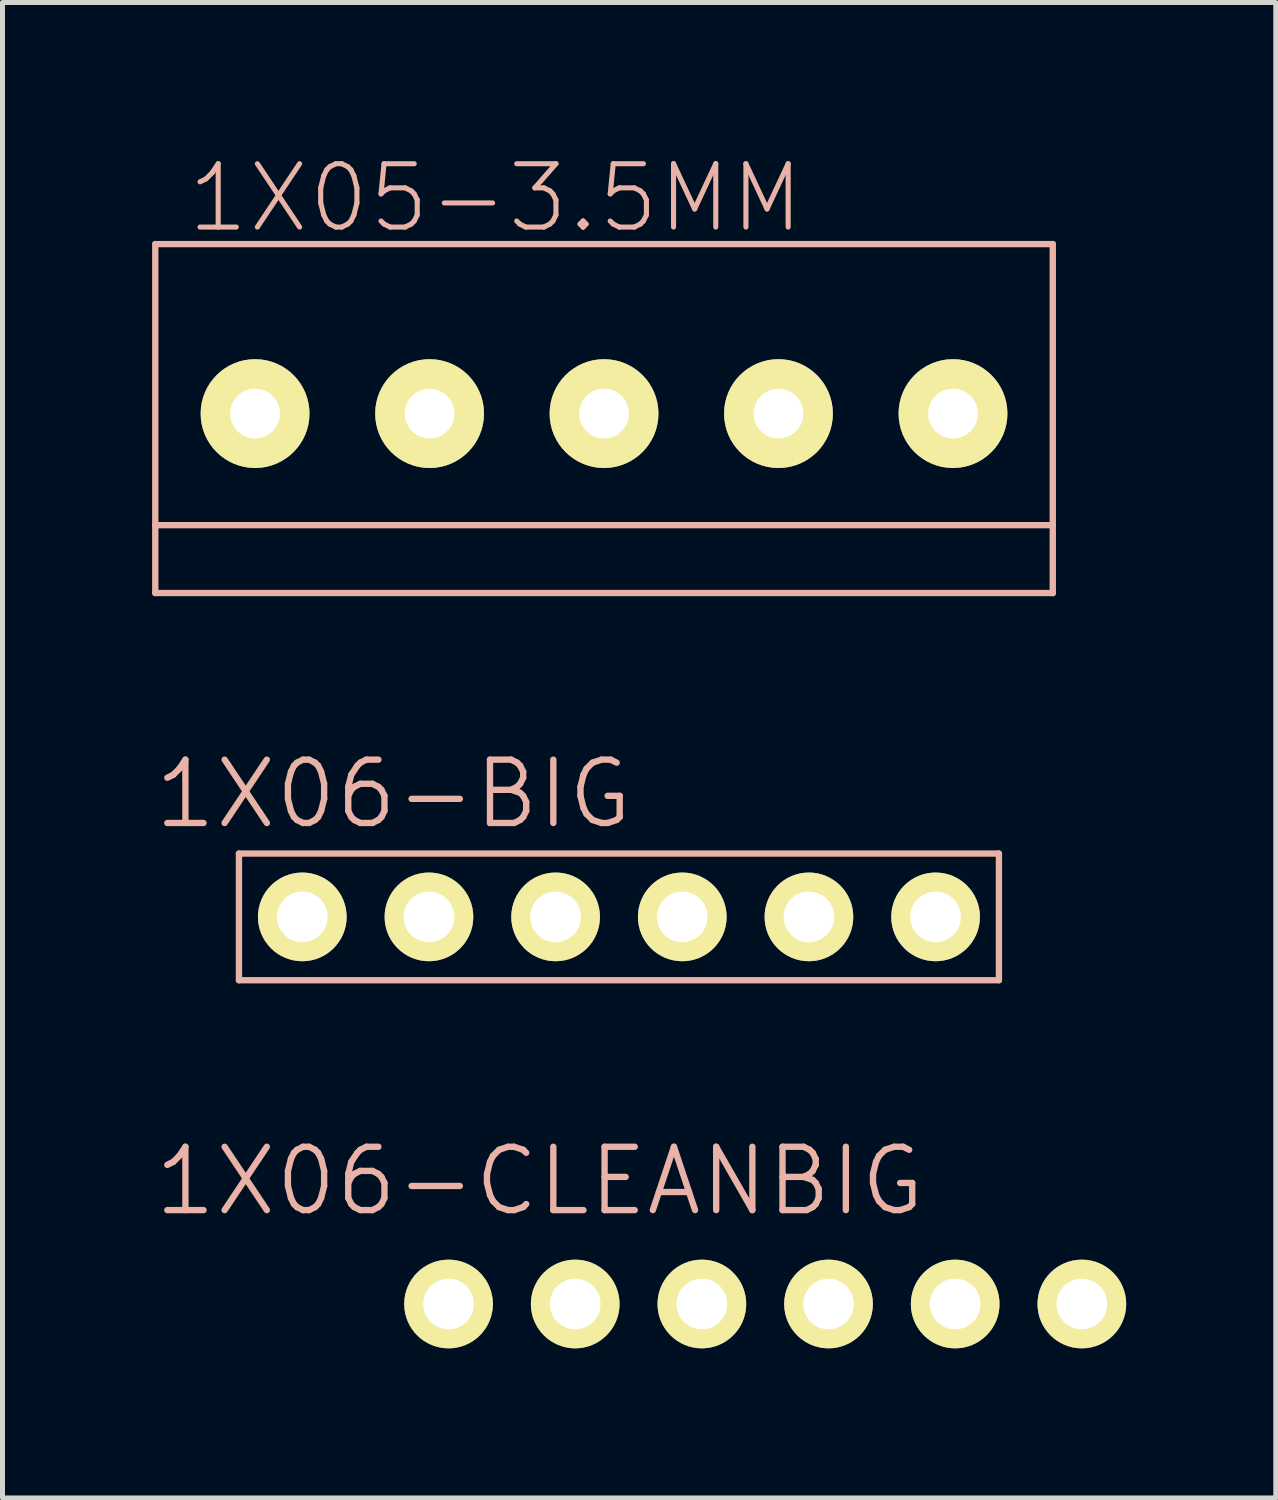
<source format=kicad_pcb>
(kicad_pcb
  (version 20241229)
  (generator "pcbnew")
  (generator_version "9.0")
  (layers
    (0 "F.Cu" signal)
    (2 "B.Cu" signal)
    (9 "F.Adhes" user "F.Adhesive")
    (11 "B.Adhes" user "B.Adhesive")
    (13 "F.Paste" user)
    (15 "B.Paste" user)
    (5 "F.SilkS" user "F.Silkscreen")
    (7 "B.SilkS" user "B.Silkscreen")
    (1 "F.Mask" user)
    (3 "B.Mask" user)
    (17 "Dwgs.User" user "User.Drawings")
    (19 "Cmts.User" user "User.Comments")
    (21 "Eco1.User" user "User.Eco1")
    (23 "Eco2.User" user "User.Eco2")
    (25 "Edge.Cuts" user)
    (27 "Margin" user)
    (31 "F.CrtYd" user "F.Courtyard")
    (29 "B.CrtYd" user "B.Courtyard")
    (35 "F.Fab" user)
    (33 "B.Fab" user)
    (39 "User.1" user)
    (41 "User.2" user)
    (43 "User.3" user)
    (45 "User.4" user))
  (footprint "1X06-BIG"
    (layer "F.Cu")
    (at 9.362 15.337)
    (property "Reference" "1X06-BIG" (at -4.521 -2.464 0) (layer "B.SilkS") (effects (font (size 1.27 1.27) (thickness 0.127))))
    (attr exclude_from_pos_files exclude_from_bom)
    (fp_line (start -6.604 -0.254) (end -6.096 -0.254) (stroke (width 0.066) (type solid)) (layer "F.SilkS"))
    (fp_line (start -6.604 0.254) (end -6.604 -0.254) (stroke (width 0.066) (type solid)) (layer "F.SilkS"))
    (fp_line (start -6.604 0.254) (end -6.096 0.254) (stroke (width 0.066) (type solid)) (layer "F.SilkS"))
    (fp_line (start -6.096 0.254) (end -6.096 -0.254) (stroke (width 0.066) (type solid)) (layer "F.SilkS"))
    (fp_line (start -4.064 -0.254) (end -3.556 -0.254) (stroke (width 0.066) (type solid)) (layer "F.SilkS"))
    (fp_line (start -4.064 0.254) (end -4.064 -0.254) (stroke (width 0.066) (type solid)) (layer "F.SilkS"))
    (fp_line (start -4.064 0.254) (end -3.556 0.254) (stroke (width 0.066) (type solid)) (layer "F.SilkS"))
    (fp_line (start -3.556 0.254) (end -3.556 -0.254) (stroke (width 0.066) (type solid)) (layer "F.SilkS"))
    (fp_line (start -1.524 -0.254) (end -1.016 -0.254) (stroke (width 0.066) (type solid)) (layer "F.SilkS"))
    (fp_line (start -1.524 0.254) (end -1.524 -0.254) (stroke (width 0.066) (type solid)) (layer "F.SilkS"))
    (fp_line (start -1.524 0.254) (end -1.016 0.254) (stroke (width 0.066) (type solid)) (layer "F.SilkS"))
    (fp_line (start -1.016 0.254) (end -1.016 -0.254) (stroke (width 0.066) (type solid)) (layer "F.SilkS"))
    (fp_line (start 1.016 -0.254) (end 1.524 -0.254) (stroke (width 0.066) (type solid)) (layer "F.SilkS"))
    (fp_line (start 1.016 0.254) (end 1.016 -0.254) (stroke (width 0.066) (type solid)) (layer "F.SilkS"))
    (fp_line (start 1.016 0.254) (end 1.524 0.254) (stroke (width 0.066) (type solid)) (layer "F.SilkS"))
    (fp_line (start 1.524 0.254) (end 1.524 -0.254) (stroke (width 0.066) (type solid)) (layer "F.SilkS"))
    (fp_line (start 3.556 -0.254) (end 4.064 -0.254) (stroke (width 0.066) (type solid)) (layer "F.SilkS"))
    (fp_line (start 3.556 0.254) (end 3.556 -0.254) (stroke (width 0.066) (type solid)) (layer "F.SilkS"))
    (fp_line (start 3.556 0.254) (end 4.064 0.254) (stroke (width 0.066) (type solid)) (layer "F.SilkS"))
    (fp_line (start 4.064 0.254) (end 4.064 -0.254) (stroke (width 0.066) (type solid)) (layer "F.SilkS"))
    (fp_line (start 6.096 -0.254) (end 6.604 -0.254) (stroke (width 0.066) (type solid)) (layer "F.SilkS"))
    (fp_line (start 6.096 0.254) (end 6.096 -0.254) (stroke (width 0.066) (type solid)) (layer "F.SilkS"))
    (fp_line (start 6.096 0.254) (end 6.604 0.254) (stroke (width 0.066) (type solid)) (layer "F.SilkS"))
    (fp_line (start 6.604 0.254) (end 6.604 -0.254) (stroke (width 0.066) (type solid)) (layer "F.SilkS"))
    (fp_line (start -7.62 -1.27) (end 7.62 -1.27) (stroke (width 0.127) (type solid)) (layer "B.SilkS"))
    (fp_line (start -7.62 1.27) (end -7.62 -1.27) (stroke (width 0.127) (type solid)) (layer "B.SilkS"))
    (fp_line (start 7.62 -1.27) (end 7.62 1.27) (stroke (width 0.127) (type solid)) (layer "B.SilkS"))
    (fp_line (start 7.62 1.27) (end -7.62 1.27) (stroke (width 0.127) (type solid)) (layer "B.SilkS"))
    (pad "1" thru_hole circle (at -6.35 0) (size 1.778 1.778) (drill 1.016) (layers "*.Cu" "F.Mask" "F.SilkS" "F.Paste"))
    (pad "2" thru_hole circle (at -3.81 0) (size 1.778 1.778) (drill 1.016) (layers "*.Cu" "F.Mask" "F.SilkS" "F.Paste"))
    (pad "3" thru_hole circle (at -1.27 0) (size 1.778 1.778) (drill 1.016) (layers "*.Cu" "F.Mask" "F.SilkS" "F.Paste"))
    (pad "4" thru_hole circle (at 1.27 0) (size 1.778 1.778) (drill 1.016) (layers "*.Cu" "F.Mask" "F.SilkS" "F.Paste"))
    (pad "5" thru_hole circle (at 3.81 0) (size 1.778 1.778) (drill 1.016) (layers "*.Cu" "F.Mask" "F.SilkS" "F.Paste"))
    (pad "6" thru_hole circle (at 6.35 0) (size 1.778 1.778) (drill 1.016) (layers "*.Cu" "F.Mask" "F.SilkS" "F.Paste")))
  (footprint "1X06-CLEANBIG"
    (layer "F.Cu")
    (at 12.295 23.1)
    (property "Reference" "1X06-CLEANBIG" (at -4.521 -2.464 0) (layer "B.SilkS") (effects (font (size 1.27 1.27) (thickness 0.127))))
    (attr exclude_from_pos_files exclude_from_bom)
    (fp_line (start -6.604 -0.254) (end -6.096 -0.254) (stroke (width 0.066) (type solid)) (layer "F.SilkS"))
    (fp_line (start -6.604 0.254) (end -6.604 -0.254) (stroke (width 0.066) (type solid)) (layer "F.SilkS"))
    (fp_line (start -6.604 0.254) (end -6.096 0.254) (stroke (width 0.066) (type solid)) (layer "F.SilkS"))
    (fp_line (start -6.096 0.254) (end -6.096 -0.254) (stroke (width 0.066) (type solid)) (layer "F.SilkS"))
    (fp_line (start -4.064 -0.254) (end -3.556 -0.254) (stroke (width 0.066) (type solid)) (layer "F.SilkS"))
    (fp_line (start -4.064 0.254) (end -4.064 -0.254) (stroke (width 0.066) (type solid)) (layer "F.SilkS"))
    (fp_line (start -4.064 0.254) (end -3.556 0.254) (stroke (width 0.066) (type solid)) (layer "F.SilkS"))
    (fp_line (start -3.556 0.254) (end -3.556 -0.254) (stroke (width 0.066) (type solid)) (layer "F.SilkS"))
    (fp_line (start -1.524 -0.254) (end -1.016 -0.254) (stroke (width 0.066) (type solid)) (layer "F.SilkS"))
    (fp_line (start -1.524 0.254) (end -1.524 -0.254) (stroke (width 0.066) (type solid)) (layer "F.SilkS"))
    (fp_line (start -1.524 0.254) (end -1.016 0.254) (stroke (width 0.066) (type solid)) (layer "F.SilkS"))
    (fp_line (start -1.016 0.254) (end -1.016 -0.254) (stroke (width 0.066) (type solid)) (layer "F.SilkS"))
    (fp_line (start 1.016 -0.254) (end 1.524 -0.254) (stroke (width 0.066) (type solid)) (layer "F.SilkS"))
    (fp_line (start 1.016 0.254) (end 1.016 -0.254) (stroke (width 0.066) (type solid)) (layer "F.SilkS"))
    (fp_line (start 1.016 0.254) (end 1.524 0.254) (stroke (width 0.066) (type solid)) (layer "F.SilkS"))
    (fp_line (start 1.524 0.254) (end 1.524 -0.254) (stroke (width 0.066) (type solid)) (layer "F.SilkS"))
    (fp_line (start 3.556 -0.254) (end 4.064 -0.254) (stroke (width 0.066) (type solid)) (layer "F.SilkS"))
    (fp_line (start 3.556 0.254) (end 3.556 -0.254) (stroke (width 0.066) (type solid)) (layer "F.SilkS"))
    (fp_line (start 3.556 0.254) (end 4.064 0.254) (stroke (width 0.066) (type solid)) (layer "F.SilkS"))
    (fp_line (start 4.064 0.254) (end 4.064 -0.254) (stroke (width 0.066) (type solid)) (layer "F.SilkS"))
    (fp_line (start 6.096 -0.254) (end 6.604 -0.254) (stroke (width 0.066) (type solid)) (layer "F.SilkS"))
    (fp_line (start 6.096 0.254) (end 6.096 -0.254) (stroke (width 0.066) (type solid)) (layer "F.SilkS"))
    (fp_line (start 6.096 0.254) (end 6.604 0.254) (stroke (width 0.066) (type solid)) (layer "F.SilkS"))
    (fp_line (start 6.604 0.254) (end 6.604 -0.254) (stroke (width 0.066) (type solid)) (layer "F.SilkS"))
    (pad "1" thru_hole circle (at -6.35 0) (size 1.778 1.778) (drill 1.016) (layers "*.Cu" "F.Mask" "F.SilkS" "F.Paste"))
    (pad "2" thru_hole circle (at -3.81 0) (size 1.778 1.778) (drill 1.016) (layers "*.Cu" "F.Mask" "F.SilkS" "F.Paste"))
    (pad "3" thru_hole circle (at -1.27 0) (size 1.778 1.778) (drill 1.016) (layers "*.Cu" "F.Mask" "F.SilkS" "F.Paste"))
    (pad "4" thru_hole circle (at 1.27 0) (size 1.778 1.778) (drill 1.016) (layers "*.Cu" "F.Mask" "F.SilkS" "F.Paste"))
    (pad "5" thru_hole circle (at 3.81 0) (size 1.778 1.778) (drill 1.016) (layers "*.Cu" "F.Mask" "F.SilkS" "F.Paste"))
    (pad "6" thru_hole circle (at 6.35 0) (size 1.778 1.778) (drill 1.016) (layers "*.Cu" "F.Mask" "F.SilkS" "F.Paste")))
  (footprint "1X05-3.5MM"
    (layer "F.Cu")
    (at 9.063 5.244)
    (property "Reference" "1X05-3.5MM" (at -2.174 -4.323 180) (layer "B.SilkS") (effects (font (size 1.27 1.27) (thickness 0.102))))
    (attr exclude_from_pos_files exclude_from_bom)
    (fp_line (start -8.999 -3.399) (end -8.999 2.238) (stroke (width 0.127) (type solid)) (layer "B.SilkS"))
    (fp_line (start -8.999 2.238) (end -8.999 3.599) (stroke (width 0.127) (type solid)) (layer "B.SilkS"))
    (fp_line (start -8.999 2.238) (end 8.999 2.238) (stroke (width 0.127) (type solid)) (layer "B.SilkS"))
    (fp_line (start -8.999 3.599) (end 8.999 3.599) (stroke (width 0.127) (type solid)) (layer "B.SilkS"))
    (fp_line (start 8.999 -3.399) (end -8.999 -3.399) (stroke (width 0.127) (type solid)) (layer "B.SilkS"))
    (fp_line (start 8.999 2.238) (end 8.999 -3.399) (stroke (width 0.127) (type solid)) (layer "B.SilkS"))
    (fp_line (start 8.999 3.599) (end 8.999 2.238) (stroke (width 0.127) (type solid)) (layer "B.SilkS"))
    (pad "1" thru_hole circle (at 6.998 0) (size 2.182 2.182) (drill 0.998) (layers "*.Cu" "F.Mask" "F.SilkS" "F.Paste"))
    (pad "2" thru_hole circle (at 3.498 0) (size 2.182 2.182) (drill 0.998) (layers "*.Cu" "F.Mask" "F.SilkS" "F.Paste"))
    (pad "3" thru_hole circle (at 0 0) (size 2.182 2.182) (drill 0.998) (layers "*.Cu" "F.Mask" "F.SilkS" "F.Paste"))
    (pad "4" thru_hole circle (at -3.498 0) (size 2.182 2.182) (drill 0.998) (layers "*.Cu" "F.Mask" "F.SilkS" "F.Paste"))
    (pad "5" thru_hole circle (at -6.998 0) (size 2.182 2.182) (drill 0.998) (layers "*.Cu" "F.Mask" "F.SilkS" "F.Paste")))
  (gr_rect
    (start -3 -3)
    (end 22.534 26.989)
    (stroke (width 0.1) (type default))
    (fill no)
    (layer "Edge.Cuts")))
</source>
